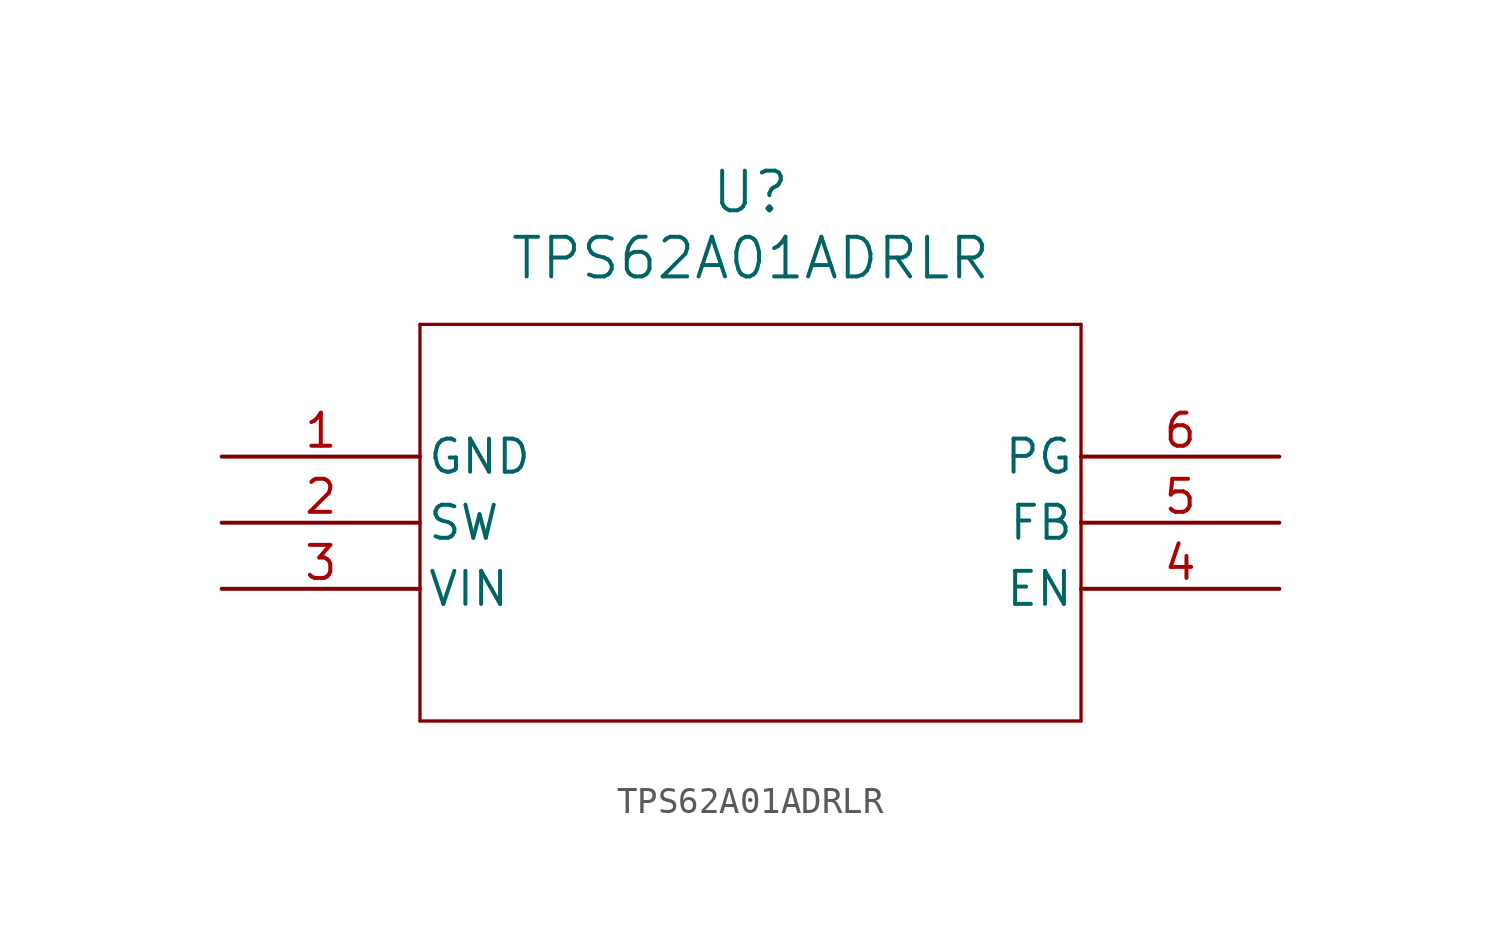
<source format=kicad_sym>
(kicad_symbol_lib
  (version 20211014)
  (generator kicad_symbol_editor)
  (symbol "TPS62A01ADRLR"
    (pin_names
      (offset 0.254))
    (property "Reference" "U"
      (at 20.32 10.16 0)
      (effects (font (size 1.524 1.524))))
    (property "Value" "TPS62A01ADRLR"
      (at 20.32 7.62 0)
      (effects (font (size 1.524 1.524))))
    (symbol "TPS62A01ADRLR_0_1"
      (polyline (pts (xy 7.62 5.08) (xy 7.62 -10.16)) (stroke (width 0.127) (type default) (color 0 0 0 0)) (fill (type none)))
      (polyline (pts (xy 7.62 -10.16) (xy 33.02 -10.16)) (stroke (width 0.127) (type default) (color 0 0 0 0)) (fill (type none)))
      (polyline (pts (xy 33.02 -10.16) (xy 33.02 5.08)) (stroke (width 0.127) (type default) (color 0 0 0 0)) (fill (type none)))
      (polyline (pts (xy 33.02 5.08) (xy 7.62 5.08)) (stroke (width 0.127) (type default) (color 0 0 0 0)) (fill (type none)))
      (pin power_out line (at 0 0 0) (length 7.62) (name "GND" (effects (font (size 1.27 1.27)))) (number "1" (effects (font (size 1.27 1.27)))))
      (pin output line (at 0 -2.54 0) (length 7.62) (name "SW" (effects (font (size 1.27 1.27)))) (number "2" (effects (font (size 1.27 1.27)))))
      (pin power_in line (at 0 -5.08 0) (length 7.62) (name "VIN" (effects (font (size 1.27 1.27)))) (number "3" (effects (font (size 1.27 1.27)))))
      (pin input line (at 40.64 -5.08 180) (length 7.62) (name "EN" (effects (font (size 1.27 1.27)))) (number "4" (effects (font (size 1.27 1.27)))))
      (pin input line (at 40.64 -2.54 180) (length 7.62) (name "FB" (effects (font (size 1.27 1.27)))) (number "5" (effects (font (size 1.27 1.27)))))
      (pin output line (at 40.64 0 180) (length 7.62) (name "PG" (effects (font (size 1.27 1.27)))) (number "6" (effects (font (size 1.27 1.27))))))))
</source>
